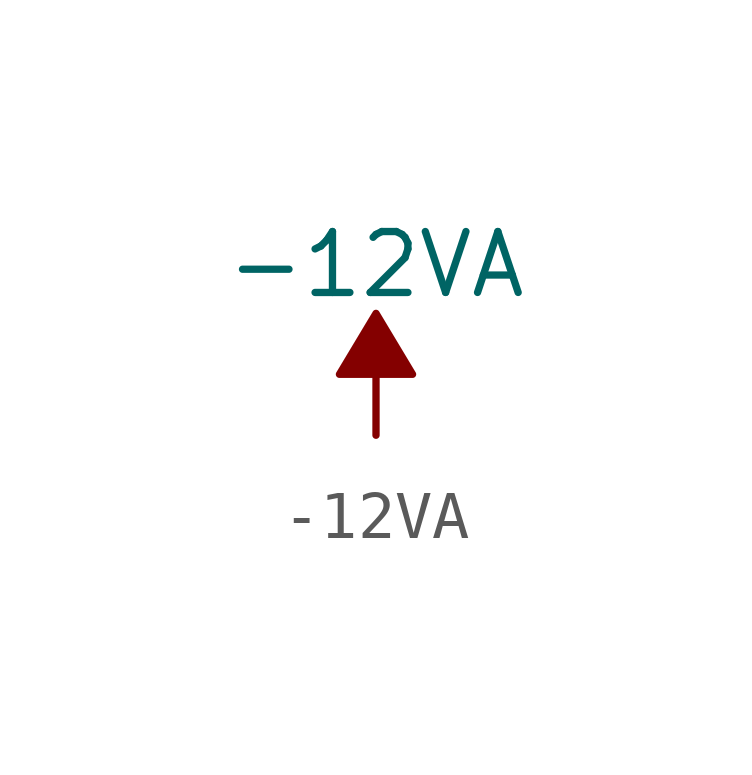
<source format=kicad_sym>
(kicad_symbol_lib
  (version 20220914)
  (generator kicad_symbol_editor)
  (symbol "-12VA"
    (power)
    (pin_names
      (offset 0))
    (property "Reference" "#PWR"
      (at 0 -3.81 0)
      (effects (font (size 1.27 1.27)) hide))
    (property "Value" "-12VA"
      (at 0 3.556 0)
      (effects (font (size 1.27 1.27))))
    (symbol "-12VA_0_0"
      (pin power_in line (at 0 0 90) (length 0) hide (name "-12VA" (effects (font (size 1.27 1.27)))) (number "1" (effects (font (size 1.27 1.27))))))
    (symbol "-12VA_0_1"
      (polyline (pts (xy 0 0) (xy 0 1.27) (xy 0.762 1.27) (xy 0 2.54) (xy -0.762 1.27) (xy 0 1.27)) (stroke (width 0) (type default)) (fill (type outline))))))
</source>
